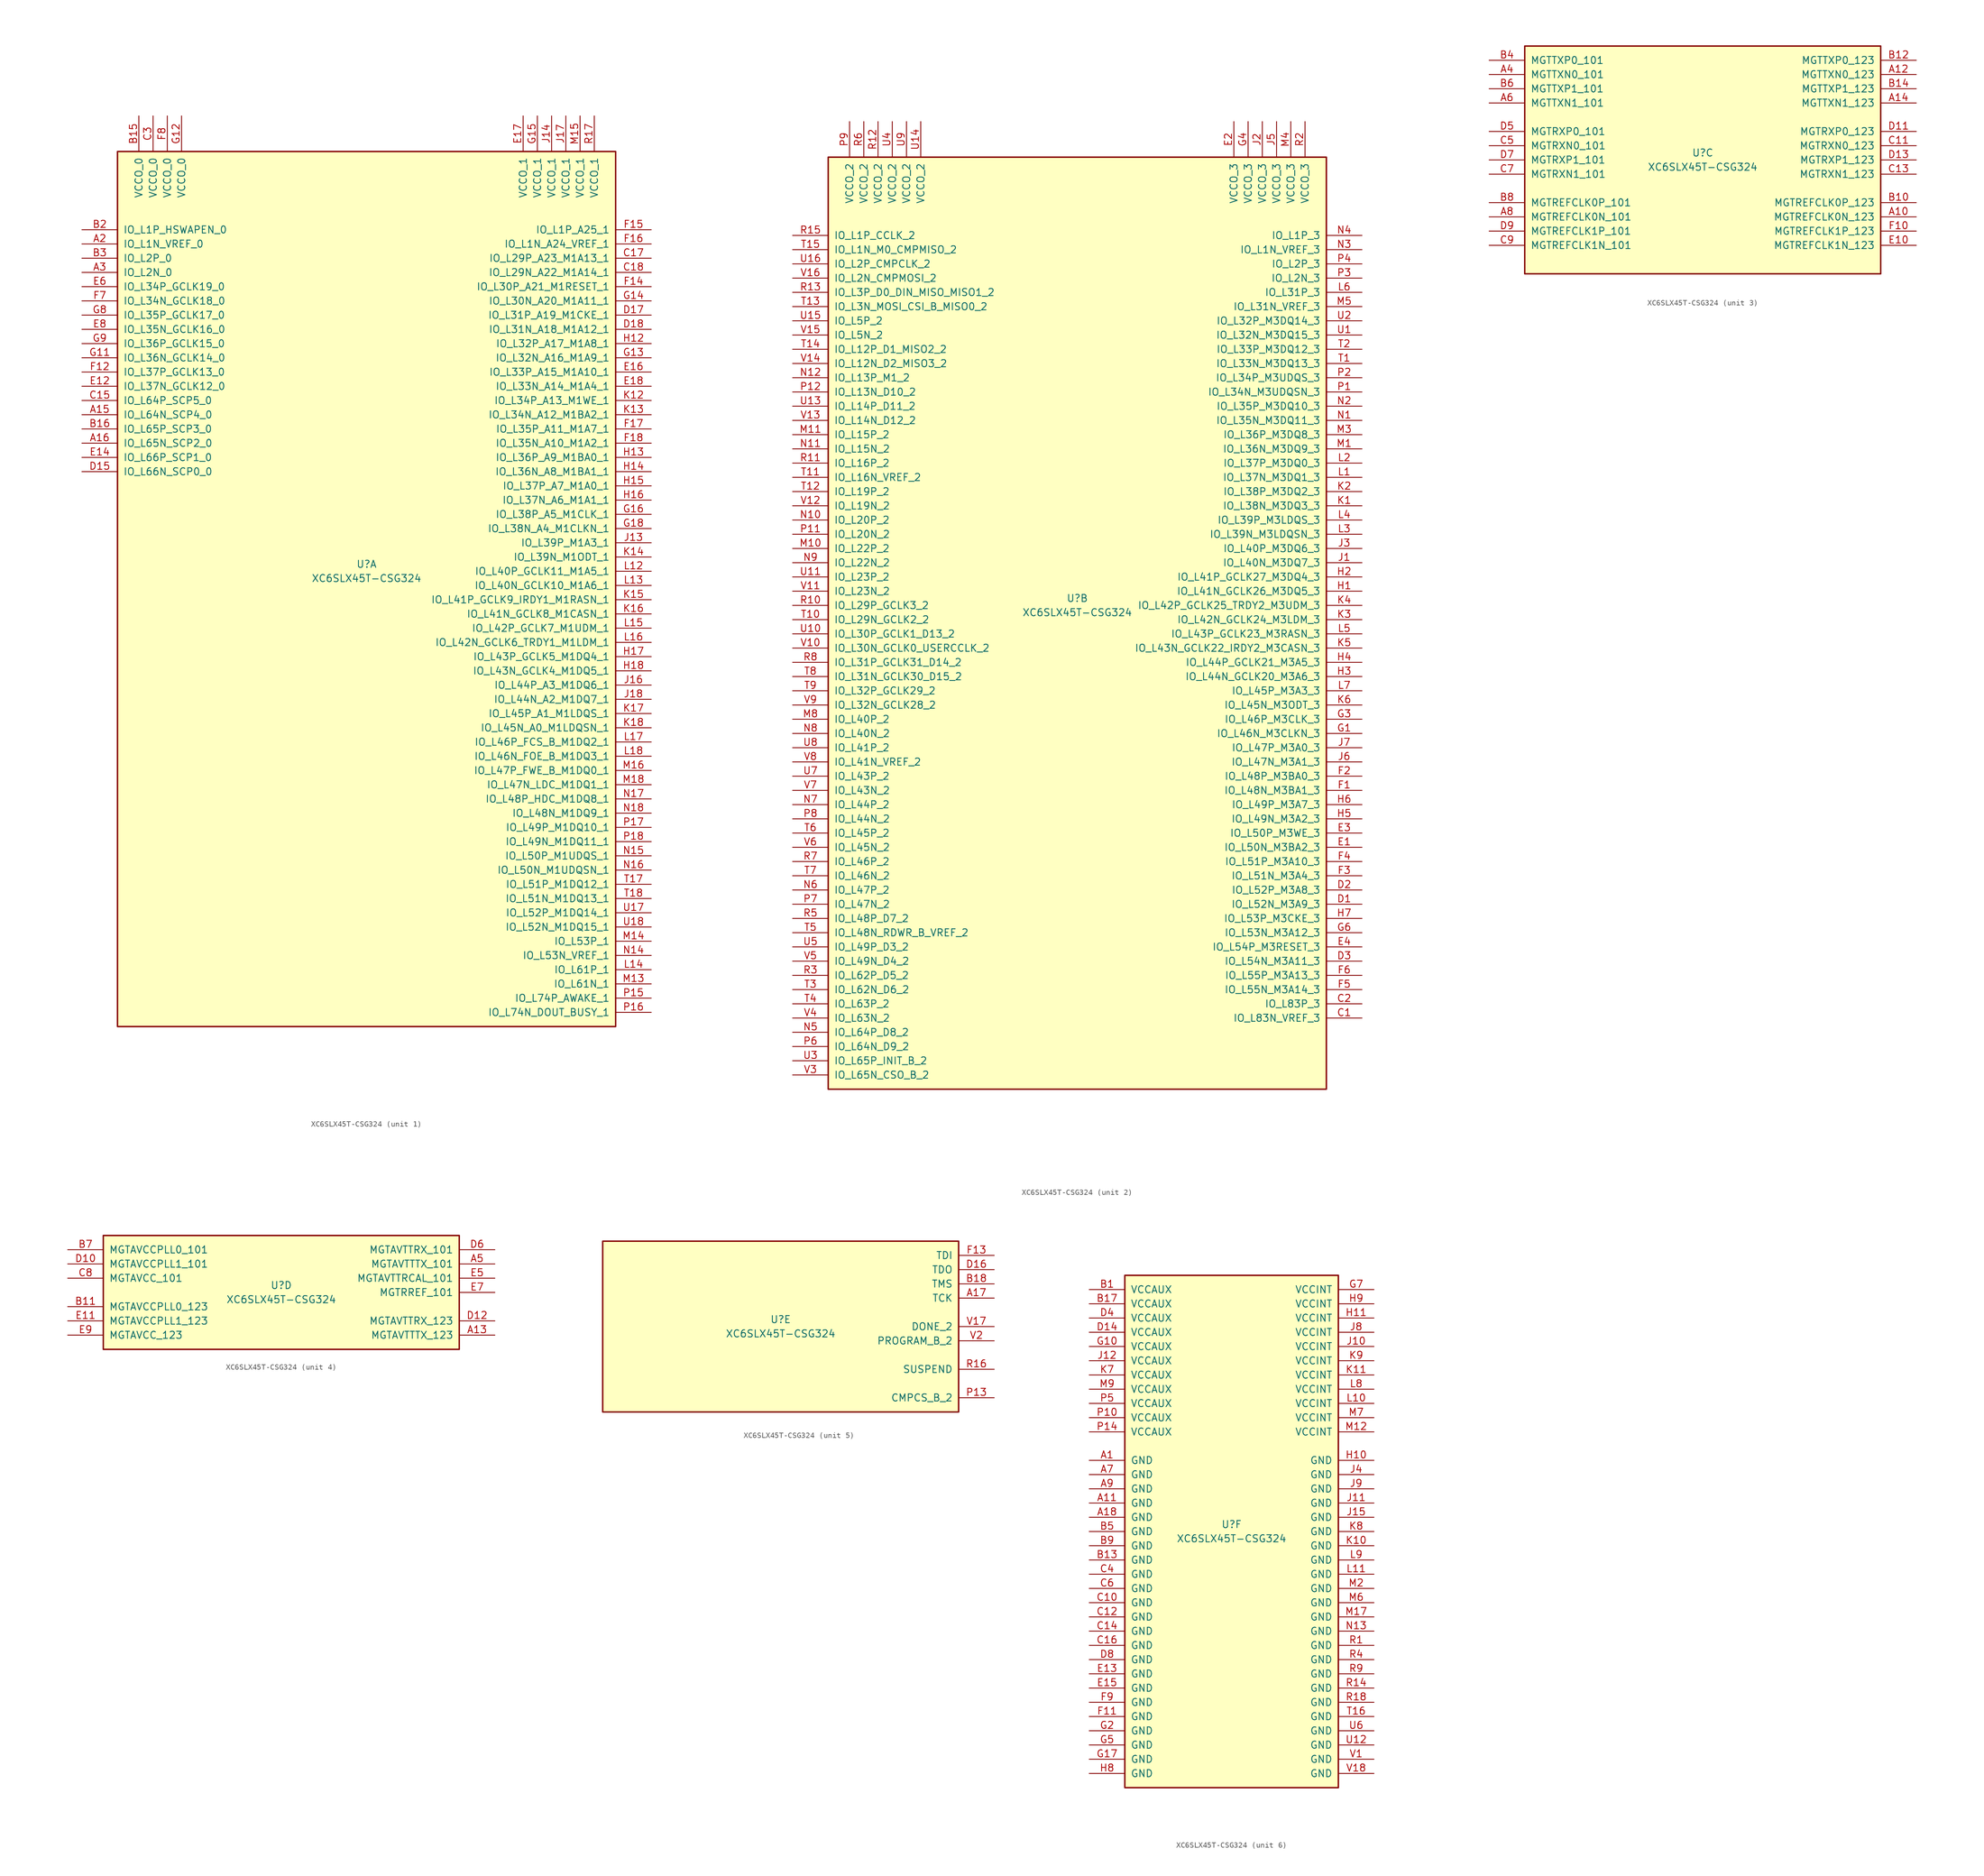
<source format=kicad_sym>
(kicad_symbol_lib
  (version 20211014)
  (generator kicad_symbol_editor)
  (symbol "XC6SLX45T-CSG324"
    (pin_names
      (offset 1.016))
    (property "Reference" "U"
      (at 0 1.27 0)
      (effects (font (size 1.27 1.27))))
    (property "Value" "XC6SLX45T-CSG324"
      (at 0 -1.27 0)
      (effects (font (size 1.27 1.27))))
    (property "Datasheet" ""
      (at 0 0 0)
      (effects (font (size 1.27 1.27))))
    (property "ki_locked" ""
      (at 0 0 0)
      (effects (font (size 1.27 1.27))))
    (symbol "XC6SLX45T-CSG324_1_1"
      (rectangle (start -44.45 74.93) (end 44.45 -81.28) (stroke (width 0.254) (type default) (color 0 0 0 0)) (fill (type background)))
      (pin bidirectional line (at -50.8 27.94 0) (length 6.35) (name "IO_L64N_SCP4_0" (effects (font (size 1.27 1.27)))) (number "A15" (effects (font (size 1.27 1.27)))))
      (pin bidirectional line (at -50.8 22.86 0) (length 6.35) (name "IO_L65N_SCP2_0" (effects (font (size 1.27 1.27)))) (number "A16" (effects (font (size 1.27 1.27)))))
      (pin bidirectional line (at -50.8 58.42 0) (length 6.35) (name "IO_L1N_VREF_0" (effects (font (size 1.27 1.27)))) (number "A2" (effects (font (size 1.27 1.27)))))
      (pin bidirectional line (at -50.8 53.34 0) (length 6.35) (name "IO_L2N_0" (effects (font (size 1.27 1.27)))) (number "A3" (effects (font (size 1.27 1.27)))))
      (pin power_in line (at -40.64 81.28 270) (length 6.35) (name "VCCO_0" (effects (font (size 1.27 1.27)))) (number "B15" (effects (font (size 1.27 1.27)))))
      (pin bidirectional line (at -50.8 25.4 0) (length 6.35) (name "IO_L65P_SCP3_0" (effects (font (size 1.27 1.27)))) (number "B16" (effects (font (size 1.27 1.27)))))
      (pin bidirectional line (at -50.8 60.96 0) (length 6.35) (name "IO_L1P_HSWAPEN_0" (effects (font (size 1.27 1.27)))) (number "B2" (effects (font (size 1.27 1.27)))))
      (pin bidirectional line (at -50.8 55.88 0) (length 6.35) (name "IO_L2P_0" (effects (font (size 1.27 1.27)))) (number "B3" (effects (font (size 1.27 1.27)))))
      (pin bidirectional line (at -50.8 30.48 0) (length 6.35) (name "IO_L64P_SCP5_0" (effects (font (size 1.27 1.27)))) (number "C15" (effects (font (size 1.27 1.27)))))
      (pin bidirectional line (at 50.8 55.88 180) (length 6.35) (name "IO_L29P_A23_M1A13_1" (effects (font (size 1.27 1.27)))) (number "C17" (effects (font (size 1.27 1.27)))))
      (pin bidirectional line (at 50.8 53.34 180) (length 6.35) (name "IO_L29N_A22_M1A14_1" (effects (font (size 1.27 1.27)))) (number "C18" (effects (font (size 1.27 1.27)))))
      (pin power_in line (at -38.1 81.28 270) (length 6.35) (name "VCCO_0" (effects (font (size 1.27 1.27)))) (number "C3" (effects (font (size 1.27 1.27)))))
      (pin bidirectional line (at -50.8 17.78 0) (length 6.35) (name "IO_L66N_SCP0_0" (effects (font (size 1.27 1.27)))) (number "D15" (effects (font (size 1.27 1.27)))))
      (pin bidirectional line (at 50.8 45.72 180) (length 6.35) (name "IO_L31P_A19_M1CKE_1" (effects (font (size 1.27 1.27)))) (number "D17" (effects (font (size 1.27 1.27)))))
      (pin bidirectional line (at 50.8 43.18 180) (length 6.35) (name "IO_L31N_A18_M1A12_1" (effects (font (size 1.27 1.27)))) (number "D18" (effects (font (size 1.27 1.27)))))
      (pin bidirectional line (at -50.8 33.02 0) (length 6.35) (name "IO_L37N_GCLK12_0" (effects (font (size 1.27 1.27)))) (number "E12" (effects (font (size 1.27 1.27)))))
      (pin bidirectional line (at -50.8 20.32 0) (length 6.35) (name "IO_L66P_SCP1_0" (effects (font (size 1.27 1.27)))) (number "E14" (effects (font (size 1.27 1.27)))))
      (pin bidirectional line (at 50.8 35.56 180) (length 6.35) (name "IO_L33P_A15_M1A10_1" (effects (font (size 1.27 1.27)))) (number "E16" (effects (font (size 1.27 1.27)))))
      (pin power_in line (at 27.94 81.28 270) (length 6.35) (name "VCCO_1" (effects (font (size 1.27 1.27)))) (number "E17" (effects (font (size 1.27 1.27)))))
      (pin bidirectional line (at 50.8 33.02 180) (length 6.35) (name "IO_L33N_A14_M1A4_1" (effects (font (size 1.27 1.27)))) (number "E18" (effects (font (size 1.27 1.27)))))
      (pin bidirectional line (at -50.8 50.8 0) (length 6.35) (name "IO_L34P_GCLK19_0" (effects (font (size 1.27 1.27)))) (number "E6" (effects (font (size 1.27 1.27)))))
      (pin bidirectional line (at -50.8 43.18 0) (length 6.35) (name "IO_L35N_GCLK16_0" (effects (font (size 1.27 1.27)))) (number "E8" (effects (font (size 1.27 1.27)))))
      (pin bidirectional line (at -50.8 35.56 0) (length 6.35) (name "IO_L37P_GCLK13_0" (effects (font (size 1.27 1.27)))) (number "F12" (effects (font (size 1.27 1.27)))))
      (pin bidirectional line (at 50.8 50.8 180) (length 6.35) (name "IO_L30P_A21_M1RESET_1" (effects (font (size 1.27 1.27)))) (number "F14" (effects (font (size 1.27 1.27)))))
      (pin bidirectional line (at 50.8 60.96 180) (length 6.35) (name "IO_L1P_A25_1" (effects (font (size 1.27 1.27)))) (number "F15" (effects (font (size 1.27 1.27)))))
      (pin bidirectional line (at 50.8 58.42 180) (length 6.35) (name "IO_L1N_A24_VREF_1" (effects (font (size 1.27 1.27)))) (number "F16" (effects (font (size 1.27 1.27)))))
      (pin bidirectional line (at 50.8 25.4 180) (length 6.35) (name "IO_L35P_A11_M1A7_1" (effects (font (size 1.27 1.27)))) (number "F17" (effects (font (size 1.27 1.27)))))
      (pin bidirectional line (at 50.8 22.86 180) (length 6.35) (name "IO_L35N_A10_M1A2_1" (effects (font (size 1.27 1.27)))) (number "F18" (effects (font (size 1.27 1.27)))))
      (pin bidirectional line (at -50.8 48.26 0) (length 6.35) (name "IO_L34N_GCLK18_0" (effects (font (size 1.27 1.27)))) (number "F7" (effects (font (size 1.27 1.27)))))
      (pin power_in line (at -35.56 81.28 270) (length 6.35) (name "VCCO_0" (effects (font (size 1.27 1.27)))) (number "F8" (effects (font (size 1.27 1.27)))))
      (pin bidirectional line (at -50.8 38.1 0) (length 6.35) (name "IO_L36N_GCLK14_0" (effects (font (size 1.27 1.27)))) (number "G11" (effects (font (size 1.27 1.27)))))
      (pin power_in line (at -33.02 81.28 270) (length 6.35) (name "VCCO_0" (effects (font (size 1.27 1.27)))) (number "G12" (effects (font (size 1.27 1.27)))))
      (pin bidirectional line (at 50.8 38.1 180) (length 6.35) (name "IO_L32N_A16_M1A9_1" (effects (font (size 1.27 1.27)))) (number "G13" (effects (font (size 1.27 1.27)))))
      (pin bidirectional line (at 50.8 48.26 180) (length 6.35) (name "IO_L30N_A20_M1A11_1" (effects (font (size 1.27 1.27)))) (number "G14" (effects (font (size 1.27 1.27)))))
      (pin power_in line (at 30.48 81.28 270) (length 6.35) (name "VCCO_1" (effects (font (size 1.27 1.27)))) (number "G15" (effects (font (size 1.27 1.27)))))
      (pin bidirectional line (at 50.8 10.16 180) (length 6.35) (name "IO_L38P_A5_M1CLK_1" (effects (font (size 1.27 1.27)))) (number "G16" (effects (font (size 1.27 1.27)))))
      (pin bidirectional line (at 50.8 7.62 180) (length 6.35) (name "IO_L38N_A4_M1CLKN_1" (effects (font (size 1.27 1.27)))) (number "G18" (effects (font (size 1.27 1.27)))))
      (pin bidirectional line (at -50.8 45.72 0) (length 6.35) (name "IO_L35P_GCLK17_0" (effects (font (size 1.27 1.27)))) (number "G8" (effects (font (size 1.27 1.27)))))
      (pin bidirectional line (at -50.8 40.64 0) (length 6.35) (name "IO_L36P_GCLK15_0" (effects (font (size 1.27 1.27)))) (number "G9" (effects (font (size 1.27 1.27)))))
      (pin bidirectional line (at 50.8 40.64 180) (length 6.35) (name "IO_L32P_A17_M1A8_1" (effects (font (size 1.27 1.27)))) (number "H12" (effects (font (size 1.27 1.27)))))
      (pin bidirectional line (at 50.8 20.32 180) (length 6.35) (name "IO_L36P_A9_M1BA0_1" (effects (font (size 1.27 1.27)))) (number "H13" (effects (font (size 1.27 1.27)))))
      (pin bidirectional line (at 50.8 17.78 180) (length 6.35) (name "IO_L36N_A8_M1BA1_1" (effects (font (size 1.27 1.27)))) (number "H14" (effects (font (size 1.27 1.27)))))
      (pin bidirectional line (at 50.8 15.24 180) (length 6.35) (name "IO_L37P_A7_M1A0_1" (effects (font (size 1.27 1.27)))) (number "H15" (effects (font (size 1.27 1.27)))))
      (pin bidirectional line (at 50.8 12.7 180) (length 6.35) (name "IO_L37N_A6_M1A1_1" (effects (font (size 1.27 1.27)))) (number "H16" (effects (font (size 1.27 1.27)))))
      (pin bidirectional line (at 50.8 -15.24 180) (length 6.35) (name "IO_L43P_GCLK5_M1DQ4_1" (effects (font (size 1.27 1.27)))) (number "H17" (effects (font (size 1.27 1.27)))))
      (pin bidirectional line (at 50.8 -17.78 180) (length 6.35) (name "IO_L43N_GCLK4_M1DQ5_1" (effects (font (size 1.27 1.27)))) (number "H18" (effects (font (size 1.27 1.27)))))
      (pin bidirectional line (at 50.8 5.08 180) (length 6.35) (name "IO_L39P_M1A3_1" (effects (font (size 1.27 1.27)))) (number "J13" (effects (font (size 1.27 1.27)))))
      (pin power_in line (at 33.02 81.28 270) (length 6.35) (name "VCCO_1" (effects (font (size 1.27 1.27)))) (number "J14" (effects (font (size 1.27 1.27)))))
      (pin bidirectional line (at 50.8 -20.32 180) (length 6.35) (name "IO_L44P_A3_M1DQ6_1" (effects (font (size 1.27 1.27)))) (number "J16" (effects (font (size 1.27 1.27)))))
      (pin power_in line (at 35.56 81.28 270) (length 6.35) (name "VCCO_1" (effects (font (size 1.27 1.27)))) (number "J17" (effects (font (size 1.27 1.27)))))
      (pin bidirectional line (at 50.8 -22.86 180) (length 6.35) (name "IO_L44N_A2_M1DQ7_1" (effects (font (size 1.27 1.27)))) (number "J18" (effects (font (size 1.27 1.27)))))
      (pin bidirectional line (at 50.8 30.48 180) (length 6.35) (name "IO_L34P_A13_M1WE_1" (effects (font (size 1.27 1.27)))) (number "K12" (effects (font (size 1.27 1.27)))))
      (pin bidirectional line (at 50.8 27.94 180) (length 6.35) (name "IO_L34N_A12_M1BA2_1" (effects (font (size 1.27 1.27)))) (number "K13" (effects (font (size 1.27 1.27)))))
      (pin bidirectional line (at 50.8 2.54 180) (length 6.35) (name "IO_L39N_M1ODT_1" (effects (font (size 1.27 1.27)))) (number "K14" (effects (font (size 1.27 1.27)))))
      (pin bidirectional line (at 50.8 -5.08 180) (length 6.35) (name "IO_L41P_GCLK9_IRDY1_M1RASN_1" (effects (font (size 1.27 1.27)))) (number "K15" (effects (font (size 1.27 1.27)))))
      (pin bidirectional line (at 50.8 -7.62 180) (length 6.35) (name "IO_L41N_GCLK8_M1CASN_1" (effects (font (size 1.27 1.27)))) (number "K16" (effects (font (size 1.27 1.27)))))
      (pin bidirectional line (at 50.8 -25.4 180) (length 6.35) (name "IO_L45P_A1_M1LDQS_1" (effects (font (size 1.27 1.27)))) (number "K17" (effects (font (size 1.27 1.27)))))
      (pin bidirectional line (at 50.8 -27.94 180) (length 6.35) (name "IO_L45N_A0_M1LDQSN_1" (effects (font (size 1.27 1.27)))) (number "K18" (effects (font (size 1.27 1.27)))))
      (pin bidirectional line (at 50.8 0 180) (length 6.35) (name "IO_L40P_GCLK11_M1A5_1" (effects (font (size 1.27 1.27)))) (number "L12" (effects (font (size 1.27 1.27)))))
      (pin bidirectional line (at 50.8 -2.54 180) (length 6.35) (name "IO_L40N_GCLK10_M1A6_1" (effects (font (size 1.27 1.27)))) (number "L13" (effects (font (size 1.27 1.27)))))
      (pin bidirectional line (at 50.8 -71.12 180) (length 6.35) (name "IO_L61P_1" (effects (font (size 1.27 1.27)))) (number "L14" (effects (font (size 1.27 1.27)))))
      (pin bidirectional line (at 50.8 -10.16 180) (length 6.35) (name "IO_L42P_GCLK7_M1UDM_1" (effects (font (size 1.27 1.27)))) (number "L15" (effects (font (size 1.27 1.27)))))
      (pin bidirectional line (at 50.8 -12.7 180) (length 6.35) (name "IO_L42N_GCLK6_TRDY1_M1LDM_1" (effects (font (size 1.27 1.27)))) (number "L16" (effects (font (size 1.27 1.27)))))
      (pin bidirectional line (at 50.8 -30.48 180) (length 6.35) (name "IO_L46P_FCS_B_M1DQ2_1" (effects (font (size 1.27 1.27)))) (number "L17" (effects (font (size 1.27 1.27)))))
      (pin bidirectional line (at 50.8 -33.02 180) (length 6.35) (name "IO_L46N_FOE_B_M1DQ3_1" (effects (font (size 1.27 1.27)))) (number "L18" (effects (font (size 1.27 1.27)))))
      (pin bidirectional line (at 50.8 -73.66 180) (length 6.35) (name "IO_L61N_1" (effects (font (size 1.27 1.27)))) (number "M13" (effects (font (size 1.27 1.27)))))
      (pin bidirectional line (at 50.8 -66.04 180) (length 6.35) (name "IO_L53P_1" (effects (font (size 1.27 1.27)))) (number "M14" (effects (font (size 1.27 1.27)))))
      (pin power_in line (at 38.1 81.28 270) (length 6.35) (name "VCCO_1" (effects (font (size 1.27 1.27)))) (number "M15" (effects (font (size 1.27 1.27)))))
      (pin bidirectional line (at 50.8 -35.56 180) (length 6.35) (name "IO_L47P_FWE_B_M1DQ0_1" (effects (font (size 1.27 1.27)))) (number "M16" (effects (font (size 1.27 1.27)))))
      (pin bidirectional line (at 50.8 -38.1 180) (length 6.35) (name "IO_L47N_LDC_M1DQ1_1" (effects (font (size 1.27 1.27)))) (number "M18" (effects (font (size 1.27 1.27)))))
      (pin bidirectional line (at 50.8 -68.58 180) (length 6.35) (name "IO_L53N_VREF_1" (effects (font (size 1.27 1.27)))) (number "N14" (effects (font (size 1.27 1.27)))))
      (pin bidirectional line (at 50.8 -50.8 180) (length 6.35) (name "IO_L50P_M1UDQS_1" (effects (font (size 1.27 1.27)))) (number "N15" (effects (font (size 1.27 1.27)))))
      (pin bidirectional line (at 50.8 -53.34 180) (length 6.35) (name "IO_L50N_M1UDQSN_1" (effects (font (size 1.27 1.27)))) (number "N16" (effects (font (size 1.27 1.27)))))
      (pin bidirectional line (at 50.8 -40.64 180) (length 6.35) (name "IO_L48P_HDC_M1DQ8_1" (effects (font (size 1.27 1.27)))) (number "N17" (effects (font (size 1.27 1.27)))))
      (pin bidirectional line (at 50.8 -43.18 180) (length 6.35) (name "IO_L48N_M1DQ9_1" (effects (font (size 1.27 1.27)))) (number "N18" (effects (font (size 1.27 1.27)))))
      (pin bidirectional line (at 50.8 -76.2 180) (length 6.35) (name "IO_L74P_AWAKE_1" (effects (font (size 1.27 1.27)))) (number "P15" (effects (font (size 1.27 1.27)))))
      (pin bidirectional line (at 50.8 -78.74 180) (length 6.35) (name "IO_L74N_DOUT_BUSY_1" (effects (font (size 1.27 1.27)))) (number "P16" (effects (font (size 1.27 1.27)))))
      (pin bidirectional line (at 50.8 -45.72 180) (length 6.35) (name "IO_L49P_M1DQ10_1" (effects (font (size 1.27 1.27)))) (number "P17" (effects (font (size 1.27 1.27)))))
      (pin bidirectional line (at 50.8 -48.26 180) (length 6.35) (name "IO_L49N_M1DQ11_1" (effects (font (size 1.27 1.27)))) (number "P18" (effects (font (size 1.27 1.27)))))
      (pin power_in line (at 40.64 81.28 270) (length 6.35) (name "VCCO_1" (effects (font (size 1.27 1.27)))) (number "R17" (effects (font (size 1.27 1.27)))))
      (pin bidirectional line (at 50.8 -55.88 180) (length 6.35) (name "IO_L51P_M1DQ12_1" (effects (font (size 1.27 1.27)))) (number "T17" (effects (font (size 1.27 1.27)))))
      (pin bidirectional line (at 50.8 -58.42 180) (length 6.35) (name "IO_L51N_M1DQ13_1" (effects (font (size 1.27 1.27)))) (number "T18" (effects (font (size 1.27 1.27)))))
      (pin bidirectional line (at 50.8 -60.96 180) (length 6.35) (name "IO_L52P_M1DQ14_1" (effects (font (size 1.27 1.27)))) (number "U17" (effects (font (size 1.27 1.27)))))
      (pin bidirectional line (at 50.8 -63.5 180) (length 6.35) (name "IO_L52N_M1DQ15_1" (effects (font (size 1.27 1.27)))) (number "U18" (effects (font (size 1.27 1.27))))))
    (symbol "XC6SLX45T-CSG324_2_1"
      (rectangle (start -44.45 80.01) (end 44.45 -86.36) (stroke (width 0.254) (type default) (color 0 0 0 0)) (fill (type background)))
      (pin bidirectional line (at 50.8 -73.66 180) (length 6.35) (name "IO_L83N_VREF_3" (effects (font (size 1.27 1.27)))) (number "C1" (effects (font (size 1.27 1.27)))))
      (pin bidirectional line (at 50.8 -71.12 180) (length 6.35) (name "IO_L83P_3" (effects (font (size 1.27 1.27)))) (number "C2" (effects (font (size 1.27 1.27)))))
      (pin bidirectional line (at 50.8 -53.34 180) (length 6.35) (name "IO_L52N_M3A9_3" (effects (font (size 1.27 1.27)))) (number "D1" (effects (font (size 1.27 1.27)))))
      (pin bidirectional line (at 50.8 -50.8 180) (length 6.35) (name "IO_L52P_M3A8_3" (effects (font (size 1.27 1.27)))) (number "D2" (effects (font (size 1.27 1.27)))))
      (pin bidirectional line (at 50.8 -63.5 180) (length 6.35) (name "IO_L54N_M3A11_3" (effects (font (size 1.27 1.27)))) (number "D3" (effects (font (size 1.27 1.27)))))
      (pin bidirectional line (at 50.8 -43.18 180) (length 6.35) (name "IO_L50N_M3BA2_3" (effects (font (size 1.27 1.27)))) (number "E1" (effects (font (size 1.27 1.27)))))
      (pin power_in line (at 27.94 86.36 270) (length 6.35) (name "VCCO_3" (effects (font (size 1.27 1.27)))) (number "E2" (effects (font (size 1.27 1.27)))))
      (pin bidirectional line (at 50.8 -40.64 180) (length 6.35) (name "IO_L50P_M3WE_3" (effects (font (size 1.27 1.27)))) (number "E3" (effects (font (size 1.27 1.27)))))
      (pin bidirectional line (at 50.8 -60.96 180) (length 6.35) (name "IO_L54P_M3RESET_3" (effects (font (size 1.27 1.27)))) (number "E4" (effects (font (size 1.27 1.27)))))
      (pin bidirectional line (at 50.8 -33.02 180) (length 6.35) (name "IO_L48N_M3BA1_3" (effects (font (size 1.27 1.27)))) (number "F1" (effects (font (size 1.27 1.27)))))
      (pin bidirectional line (at 50.8 -30.48 180) (length 6.35) (name "IO_L48P_M3BA0_3" (effects (font (size 1.27 1.27)))) (number "F2" (effects (font (size 1.27 1.27)))))
      (pin bidirectional line (at 50.8 -48.26 180) (length 6.35) (name "IO_L51N_M3A4_3" (effects (font (size 1.27 1.27)))) (number "F3" (effects (font (size 1.27 1.27)))))
      (pin bidirectional line (at 50.8 -45.72 180) (length 6.35) (name "IO_L51P_M3A10_3" (effects (font (size 1.27 1.27)))) (number "F4" (effects (font (size 1.27 1.27)))))
      (pin bidirectional line (at 50.8 -68.58 180) (length 6.35) (name "IO_L55N_M3A14_3" (effects (font (size 1.27 1.27)))) (number "F5" (effects (font (size 1.27 1.27)))))
      (pin bidirectional line (at 50.8 -66.04 180) (length 6.35) (name "IO_L55P_M3A13_3" (effects (font (size 1.27 1.27)))) (number "F6" (effects (font (size 1.27 1.27)))))
      (pin bidirectional line (at 50.8 -22.86 180) (length 6.35) (name "IO_L46N_M3CLKN_3" (effects (font (size 1.27 1.27)))) (number "G1" (effects (font (size 1.27 1.27)))))
      (pin bidirectional line (at 50.8 -20.32 180) (length 6.35) (name "IO_L46P_M3CLK_3" (effects (font (size 1.27 1.27)))) (number "G3" (effects (font (size 1.27 1.27)))))
      (pin power_in line (at 30.48 86.36 270) (length 6.35) (name "VCCO_3" (effects (font (size 1.27 1.27)))) (number "G4" (effects (font (size 1.27 1.27)))))
      (pin bidirectional line (at 50.8 -58.42 180) (length 6.35) (name "IO_L53N_M3A12_3" (effects (font (size 1.27 1.27)))) (number "G6" (effects (font (size 1.27 1.27)))))
      (pin bidirectional line (at 50.8 2.54 180) (length 6.35) (name "IO_L41N_GCLK26_M3DQ5_3" (effects (font (size 1.27 1.27)))) (number "H1" (effects (font (size 1.27 1.27)))))
      (pin bidirectional line (at 50.8 5.08 180) (length 6.35) (name "IO_L41P_GCLK27_M3DQ4_3" (effects (font (size 1.27 1.27)))) (number "H2" (effects (font (size 1.27 1.27)))))
      (pin bidirectional line (at 50.8 -12.7 180) (length 6.35) (name "IO_L44N_GCLK20_M3A6_3" (effects (font (size 1.27 1.27)))) (number "H3" (effects (font (size 1.27 1.27)))))
      (pin bidirectional line (at 50.8 -10.16 180) (length 6.35) (name "IO_L44P_GCLK21_M3A5_3" (effects (font (size 1.27 1.27)))) (number "H4" (effects (font (size 1.27 1.27)))))
      (pin bidirectional line (at 50.8 -38.1 180) (length 6.35) (name "IO_L49N_M3A2_3" (effects (font (size 1.27 1.27)))) (number "H5" (effects (font (size 1.27 1.27)))))
      (pin bidirectional line (at 50.8 -35.56 180) (length 6.35) (name "IO_L49P_M3A7_3" (effects (font (size 1.27 1.27)))) (number "H6" (effects (font (size 1.27 1.27)))))
      (pin bidirectional line (at 50.8 -55.88 180) (length 6.35) (name "IO_L53P_M3CKE_3" (effects (font (size 1.27 1.27)))) (number "H7" (effects (font (size 1.27 1.27)))))
      (pin bidirectional line (at 50.8 7.62 180) (length 6.35) (name "IO_L40N_M3DQ7_3" (effects (font (size 1.27 1.27)))) (number "J1" (effects (font (size 1.27 1.27)))))
      (pin power_in line (at 33.02 86.36 270) (length 6.35) (name "VCCO_3" (effects (font (size 1.27 1.27)))) (number "J2" (effects (font (size 1.27 1.27)))))
      (pin bidirectional line (at 50.8 10.16 180) (length 6.35) (name "IO_L40P_M3DQ6_3" (effects (font (size 1.27 1.27)))) (number "J3" (effects (font (size 1.27 1.27)))))
      (pin power_in line (at 35.56 86.36 270) (length 6.35) (name "VCCO_3" (effects (font (size 1.27 1.27)))) (number "J5" (effects (font (size 1.27 1.27)))))
      (pin bidirectional line (at 50.8 -27.94 180) (length 6.35) (name "IO_L47N_M3A1_3" (effects (font (size 1.27 1.27)))) (number "J6" (effects (font (size 1.27 1.27)))))
      (pin bidirectional line (at 50.8 -25.4 180) (length 6.35) (name "IO_L47P_M3A0_3" (effects (font (size 1.27 1.27)))) (number "J7" (effects (font (size 1.27 1.27)))))
      (pin bidirectional line (at 50.8 17.78 180) (length 6.35) (name "IO_L38N_M3DQ3_3" (effects (font (size 1.27 1.27)))) (number "K1" (effects (font (size 1.27 1.27)))))
      (pin bidirectional line (at 50.8 20.32 180) (length 6.35) (name "IO_L38P_M3DQ2_3" (effects (font (size 1.27 1.27)))) (number "K2" (effects (font (size 1.27 1.27)))))
      (pin bidirectional line (at 50.8 -2.54 180) (length 6.35) (name "IO_L42N_GCLK24_M3LDM_3" (effects (font (size 1.27 1.27)))) (number "K3" (effects (font (size 1.27 1.27)))))
      (pin bidirectional line (at 50.8 0 180) (length 6.35) (name "IO_L42P_GCLK25_TRDY2_M3UDM_3" (effects (font (size 1.27 1.27)))) (number "K4" (effects (font (size 1.27 1.27)))))
      (pin bidirectional line (at 50.8 -7.62 180) (length 6.35) (name "IO_L43N_GCLK22_IRDY2_M3CASN_3" (effects (font (size 1.27 1.27)))) (number "K5" (effects (font (size 1.27 1.27)))))
      (pin bidirectional line (at 50.8 -17.78 180) (length 6.35) (name "IO_L45N_M3ODT_3" (effects (font (size 1.27 1.27)))) (number "K6" (effects (font (size 1.27 1.27)))))
      (pin bidirectional line (at 50.8 22.86 180) (length 6.35) (name "IO_L37N_M3DQ1_3" (effects (font (size 1.27 1.27)))) (number "L1" (effects (font (size 1.27 1.27)))))
      (pin bidirectional line (at 50.8 25.4 180) (length 6.35) (name "IO_L37P_M3DQ0_3" (effects (font (size 1.27 1.27)))) (number "L2" (effects (font (size 1.27 1.27)))))
      (pin bidirectional line (at 50.8 12.7 180) (length 6.35) (name "IO_L39N_M3LDQSN_3" (effects (font (size 1.27 1.27)))) (number "L3" (effects (font (size 1.27 1.27)))))
      (pin bidirectional line (at 50.8 15.24 180) (length 6.35) (name "IO_L39P_M3LDQS_3" (effects (font (size 1.27 1.27)))) (number "L4" (effects (font (size 1.27 1.27)))))
      (pin bidirectional line (at 50.8 -5.08 180) (length 6.35) (name "IO_L43P_GCLK23_M3RASN_3" (effects (font (size 1.27 1.27)))) (number "L5" (effects (font (size 1.27 1.27)))))
      (pin bidirectional line (at 50.8 55.88 180) (length 6.35) (name "IO_L31P_3" (effects (font (size 1.27 1.27)))) (number "L6" (effects (font (size 1.27 1.27)))))
      (pin bidirectional line (at 50.8 -15.24 180) (length 6.35) (name "IO_L45P_M3A3_3" (effects (font (size 1.27 1.27)))) (number "L7" (effects (font (size 1.27 1.27)))))
      (pin bidirectional line (at 50.8 27.94 180) (length 6.35) (name "IO_L36N_M3DQ9_3" (effects (font (size 1.27 1.27)))) (number "M1" (effects (font (size 1.27 1.27)))))
      (pin bidirectional line (at -50.8 10.16 0) (length 6.35) (name "IO_L22P_2" (effects (font (size 1.27 1.27)))) (number "M10" (effects (font (size 1.27 1.27)))))
      (pin bidirectional line (at -50.8 30.48 0) (length 6.35) (name "IO_L15P_2" (effects (font (size 1.27 1.27)))) (number "M11" (effects (font (size 1.27 1.27)))))
      (pin bidirectional line (at 50.8 30.48 180) (length 6.35) (name "IO_L36P_M3DQ8_3" (effects (font (size 1.27 1.27)))) (number "M3" (effects (font (size 1.27 1.27)))))
      (pin power_in line (at 38.1 86.36 270) (length 6.35) (name "VCCO_3" (effects (font (size 1.27 1.27)))) (number "M4" (effects (font (size 1.27 1.27)))))
      (pin bidirectional line (at 50.8 53.34 180) (length 6.35) (name "IO_L31N_VREF_3" (effects (font (size 1.27 1.27)))) (number "M5" (effects (font (size 1.27 1.27)))))
      (pin bidirectional line (at -50.8 -20.32 0) (length 6.35) (name "IO_L40P_2" (effects (font (size 1.27 1.27)))) (number "M8" (effects (font (size 1.27 1.27)))))
      (pin bidirectional line (at 50.8 33.02 180) (length 6.35) (name "IO_L35N_M3DQ11_3" (effects (font (size 1.27 1.27)))) (number "N1" (effects (font (size 1.27 1.27)))))
      (pin bidirectional line (at -50.8 15.24 0) (length 6.35) (name "IO_L20P_2" (effects (font (size 1.27 1.27)))) (number "N10" (effects (font (size 1.27 1.27)))))
      (pin bidirectional line (at -50.8 27.94 0) (length 6.35) (name "IO_L15N_2" (effects (font (size 1.27 1.27)))) (number "N11" (effects (font (size 1.27 1.27)))))
      (pin bidirectional line (at -50.8 40.64 0) (length 6.35) (name "IO_L13P_M1_2" (effects (font (size 1.27 1.27)))) (number "N12" (effects (font (size 1.27 1.27)))))
      (pin bidirectional line (at 50.8 35.56 180) (length 6.35) (name "IO_L35P_M3DQ10_3" (effects (font (size 1.27 1.27)))) (number "N2" (effects (font (size 1.27 1.27)))))
      (pin bidirectional line (at 50.8 63.5 180) (length 6.35) (name "IO_L1N_VREF_3" (effects (font (size 1.27 1.27)))) (number "N3" (effects (font (size 1.27 1.27)))))
      (pin bidirectional line (at 50.8 66.04 180) (length 6.35) (name "IO_L1P_3" (effects (font (size 1.27 1.27)))) (number "N4" (effects (font (size 1.27 1.27)))))
      (pin bidirectional line (at -50.8 -76.2 0) (length 6.35) (name "IO_L64P_D8_2" (effects (font (size 1.27 1.27)))) (number "N5" (effects (font (size 1.27 1.27)))))
      (pin bidirectional line (at -50.8 -50.8 0) (length 6.35) (name "IO_L47P_2" (effects (font (size 1.27 1.27)))) (number "N6" (effects (font (size 1.27 1.27)))))
      (pin bidirectional line (at -50.8 -35.56 0) (length 6.35) (name "IO_L44P_2" (effects (font (size 1.27 1.27)))) (number "N7" (effects (font (size 1.27 1.27)))))
      (pin bidirectional line (at -50.8 -22.86 0) (length 6.35) (name "IO_L40N_2" (effects (font (size 1.27 1.27)))) (number "N8" (effects (font (size 1.27 1.27)))))
      (pin bidirectional line (at -50.8 7.62 0) (length 6.35) (name "IO_L22N_2" (effects (font (size 1.27 1.27)))) (number "N9" (effects (font (size 1.27 1.27)))))
      (pin bidirectional line (at 50.8 38.1 180) (length 6.35) (name "IO_L34N_M3UDQSN_3" (effects (font (size 1.27 1.27)))) (number "P1" (effects (font (size 1.27 1.27)))))
      (pin bidirectional line (at -50.8 12.7 0) (length 6.35) (name "IO_L20N_2" (effects (font (size 1.27 1.27)))) (number "P11" (effects (font (size 1.27 1.27)))))
      (pin bidirectional line (at -50.8 38.1 0) (length 6.35) (name "IO_L13N_D10_2" (effects (font (size 1.27 1.27)))) (number "P12" (effects (font (size 1.27 1.27)))))
      (pin bidirectional line (at 50.8 40.64 180) (length 6.35) (name "IO_L34P_M3UDQS_3" (effects (font (size 1.27 1.27)))) (number "P2" (effects (font (size 1.27 1.27)))))
      (pin bidirectional line (at 50.8 58.42 180) (length 6.35) (name "IO_L2N_3" (effects (font (size 1.27 1.27)))) (number "P3" (effects (font (size 1.27 1.27)))))
      (pin bidirectional line (at 50.8 60.96 180) (length 6.35) (name "IO_L2P_3" (effects (font (size 1.27 1.27)))) (number "P4" (effects (font (size 1.27 1.27)))))
      (pin bidirectional line (at -50.8 -78.74 0) (length 6.35) (name "IO_L64N_D9_2" (effects (font (size 1.27 1.27)))) (number "P6" (effects (font (size 1.27 1.27)))))
      (pin bidirectional line (at -50.8 -53.34 0) (length 6.35) (name "IO_L47N_2" (effects (font (size 1.27 1.27)))) (number "P7" (effects (font (size 1.27 1.27)))))
      (pin bidirectional line (at -50.8 -38.1 0) (length 6.35) (name "IO_L44N_2" (effects (font (size 1.27 1.27)))) (number "P8" (effects (font (size 1.27 1.27)))))
      (pin power_in line (at -40.64 86.36 270) (length 6.35) (name "VCCO_2" (effects (font (size 1.27 1.27)))) (number "P9" (effects (font (size 1.27 1.27)))))
      (pin bidirectional line (at -50.8 0 0) (length 6.35) (name "IO_L29P_GCLK3_2" (effects (font (size 1.27 1.27)))) (number "R10" (effects (font (size 1.27 1.27)))))
      (pin bidirectional line (at -50.8 25.4 0) (length 6.35) (name "IO_L16P_2" (effects (font (size 1.27 1.27)))) (number "R11" (effects (font (size 1.27 1.27)))))
      (pin power_in line (at -35.56 86.36 270) (length 6.35) (name "VCCO_2" (effects (font (size 1.27 1.27)))) (number "R12" (effects (font (size 1.27 1.27)))))
      (pin bidirectional line (at -50.8 55.88 0) (length 6.35) (name "IO_L3P_D0_DIN_MISO_MISO1_2" (effects (font (size 1.27 1.27)))) (number "R13" (effects (font (size 1.27 1.27)))))
      (pin bidirectional line (at -50.8 66.04 0) (length 6.35) (name "IO_L1P_CCLK_2" (effects (font (size 1.27 1.27)))) (number "R15" (effects (font (size 1.27 1.27)))))
      (pin power_in line (at 40.64 86.36 270) (length 6.35) (name "VCCO_3" (effects (font (size 1.27 1.27)))) (number "R2" (effects (font (size 1.27 1.27)))))
      (pin bidirectional line (at -50.8 -66.04 0) (length 6.35) (name "IO_L62P_D5_2" (effects (font (size 1.27 1.27)))) (number "R3" (effects (font (size 1.27 1.27)))))
      (pin bidirectional line (at -50.8 -55.88 0) (length 6.35) (name "IO_L48P_D7_2" (effects (font (size 1.27 1.27)))) (number "R5" (effects (font (size 1.27 1.27)))))
      (pin power_in line (at -38.1 86.36 270) (length 6.35) (name "VCCO_2" (effects (font (size 1.27 1.27)))) (number "R6" (effects (font (size 1.27 1.27)))))
      (pin bidirectional line (at -50.8 -45.72 0) (length 6.35) (name "IO_L46P_2" (effects (font (size 1.27 1.27)))) (number "R7" (effects (font (size 1.27 1.27)))))
      (pin bidirectional line (at -50.8 -10.16 0) (length 6.35) (name "IO_L31P_GCLK31_D14_2" (effects (font (size 1.27 1.27)))) (number "R8" (effects (font (size 1.27 1.27)))))
      (pin bidirectional line (at 50.8 43.18 180) (length 6.35) (name "IO_L33N_M3DQ13_3" (effects (font (size 1.27 1.27)))) (number "T1" (effects (font (size 1.27 1.27)))))
      (pin bidirectional line (at -50.8 -2.54 0) (length 6.35) (name "IO_L29N_GCLK2_2" (effects (font (size 1.27 1.27)))) (number "T10" (effects (font (size 1.27 1.27)))))
      (pin bidirectional line (at -50.8 22.86 0) (length 6.35) (name "IO_L16N_VREF_2" (effects (font (size 1.27 1.27)))) (number "T11" (effects (font (size 1.27 1.27)))))
      (pin bidirectional line (at -50.8 20.32 0) (length 6.35) (name "IO_L19P_2" (effects (font (size 1.27 1.27)))) (number "T12" (effects (font (size 1.27 1.27)))))
      (pin bidirectional line (at -50.8 53.34 0) (length 6.35) (name "IO_L3N_MOSI_CSI_B_MISO0_2" (effects (font (size 1.27 1.27)))) (number "T13" (effects (font (size 1.27 1.27)))))
      (pin bidirectional line (at -50.8 45.72 0) (length 6.35) (name "IO_L12P_D1_MISO2_2" (effects (font (size 1.27 1.27)))) (number "T14" (effects (font (size 1.27 1.27)))))
      (pin bidirectional line (at -50.8 63.5 0) (length 6.35) (name "IO_L1N_M0_CMPMISO_2" (effects (font (size 1.27 1.27)))) (number "T15" (effects (font (size 1.27 1.27)))))
      (pin bidirectional line (at 50.8 45.72 180) (length 6.35) (name "IO_L33P_M3DQ12_3" (effects (font (size 1.27 1.27)))) (number "T2" (effects (font (size 1.27 1.27)))))
      (pin bidirectional line (at -50.8 -68.58 0) (length 6.35) (name "IO_L62N_D6_2" (effects (font (size 1.27 1.27)))) (number "T3" (effects (font (size 1.27 1.27)))))
      (pin bidirectional line (at -50.8 -71.12 0) (length 6.35) (name "IO_L63P_2" (effects (font (size 1.27 1.27)))) (number "T4" (effects (font (size 1.27 1.27)))))
      (pin bidirectional line (at -50.8 -58.42 0) (length 6.35) (name "IO_L48N_RDWR_B_VREF_2" (effects (font (size 1.27 1.27)))) (number "T5" (effects (font (size 1.27 1.27)))))
      (pin bidirectional line (at -50.8 -40.64 0) (length 6.35) (name "IO_L45P_2" (effects (font (size 1.27 1.27)))) (number "T6" (effects (font (size 1.27 1.27)))))
      (pin bidirectional line (at -50.8 -48.26 0) (length 6.35) (name "IO_L46N_2" (effects (font (size 1.27 1.27)))) (number "T7" (effects (font (size 1.27 1.27)))))
      (pin bidirectional line (at -50.8 -12.7 0) (length 6.35) (name "IO_L31N_GCLK30_D15_2" (effects (font (size 1.27 1.27)))) (number "T8" (effects (font (size 1.27 1.27)))))
      (pin bidirectional line (at -50.8 -15.24 0) (length 6.35) (name "IO_L32P_GCLK29_2" (effects (font (size 1.27 1.27)))) (number "T9" (effects (font (size 1.27 1.27)))))
      (pin bidirectional line (at 50.8 48.26 180) (length 6.35) (name "IO_L32N_M3DQ15_3" (effects (font (size 1.27 1.27)))) (number "U1" (effects (font (size 1.27 1.27)))))
      (pin bidirectional line (at -50.8 -5.08 0) (length 6.35) (name "IO_L30P_GCLK1_D13_2" (effects (font (size 1.27 1.27)))) (number "U10" (effects (font (size 1.27 1.27)))))
      (pin bidirectional line (at -50.8 5.08 0) (length 6.35) (name "IO_L23P_2" (effects (font (size 1.27 1.27)))) (number "U11" (effects (font (size 1.27 1.27)))))
      (pin bidirectional line (at -50.8 35.56 0) (length 6.35) (name "IO_L14P_D11_2" (effects (font (size 1.27 1.27)))) (number "U13" (effects (font (size 1.27 1.27)))))
      (pin power_in line (at -27.94 86.36 270) (length 6.35) (name "VCCO_2" (effects (font (size 1.27 1.27)))) (number "U14" (effects (font (size 1.27 1.27)))))
      (pin bidirectional line (at -50.8 50.8 0) (length 6.35) (name "IO_L5P_2" (effects (font (size 1.27 1.27)))) (number "U15" (effects (font (size 1.27 1.27)))))
      (pin bidirectional line (at -50.8 60.96 0) (length 6.35) (name "IO_L2P_CMPCLK_2" (effects (font (size 1.27 1.27)))) (number "U16" (effects (font (size 1.27 1.27)))))
      (pin bidirectional line (at 50.8 50.8 180) (length 6.35) (name "IO_L32P_M3DQ14_3" (effects (font (size 1.27 1.27)))) (number "U2" (effects (font (size 1.27 1.27)))))
      (pin bidirectional line (at -50.8 -81.28 0) (length 6.35) (name "IO_L65P_INIT_B_2" (effects (font (size 1.27 1.27)))) (number "U3" (effects (font (size 1.27 1.27)))))
      (pin power_in line (at -33.02 86.36 270) (length 6.35) (name "VCCO_2" (effects (font (size 1.27 1.27)))) (number "U4" (effects (font (size 1.27 1.27)))))
      (pin bidirectional line (at -50.8 -60.96 0) (length 6.35) (name "IO_L49P_D3_2" (effects (font (size 1.27 1.27)))) (number "U5" (effects (font (size 1.27 1.27)))))
      (pin bidirectional line (at -50.8 -30.48 0) (length 6.35) (name "IO_L43P_2" (effects (font (size 1.27 1.27)))) (number "U7" (effects (font (size 1.27 1.27)))))
      (pin bidirectional line (at -50.8 -25.4 0) (length 6.35) (name "IO_L41P_2" (effects (font (size 1.27 1.27)))) (number "U8" (effects (font (size 1.27 1.27)))))
      (pin power_in line (at -30.48 86.36 270) (length 6.35) (name "VCCO_2" (effects (font (size 1.27 1.27)))) (number "U9" (effects (font (size 1.27 1.27)))))
      (pin bidirectional line (at -50.8 -7.62 0) (length 6.35) (name "IO_L30N_GCLK0_USERCCLK_2" (effects (font (size 1.27 1.27)))) (number "V10" (effects (font (size 1.27 1.27)))))
      (pin bidirectional line (at -50.8 2.54 0) (length 6.35) (name "IO_L23N_2" (effects (font (size 1.27 1.27)))) (number "V11" (effects (font (size 1.27 1.27)))))
      (pin bidirectional line (at -50.8 17.78 0) (length 6.35) (name "IO_L19N_2" (effects (font (size 1.27 1.27)))) (number "V12" (effects (font (size 1.27 1.27)))))
      (pin bidirectional line (at -50.8 33.02 0) (length 6.35) (name "IO_L14N_D12_2" (effects (font (size 1.27 1.27)))) (number "V13" (effects (font (size 1.27 1.27)))))
      (pin bidirectional line (at -50.8 43.18 0) (length 6.35) (name "IO_L12N_D2_MISO3_2" (effects (font (size 1.27 1.27)))) (number "V14" (effects (font (size 1.27 1.27)))))
      (pin bidirectional line (at -50.8 48.26 0) (length 6.35) (name "IO_L5N_2" (effects (font (size 1.27 1.27)))) (number "V15" (effects (font (size 1.27 1.27)))))
      (pin bidirectional line (at -50.8 58.42 0) (length 6.35) (name "IO_L2N_CMPMOSI_2" (effects (font (size 1.27 1.27)))) (number "V16" (effects (font (size 1.27 1.27)))))
      (pin bidirectional line (at -50.8 -83.82 0) (length 6.35) (name "IO_L65N_CSO_B_2" (effects (font (size 1.27 1.27)))) (number "V3" (effects (font (size 1.27 1.27)))))
      (pin bidirectional line (at -50.8 -73.66 0) (length 6.35) (name "IO_L63N_2" (effects (font (size 1.27 1.27)))) (number "V4" (effects (font (size 1.27 1.27)))))
      (pin bidirectional line (at -50.8 -63.5 0) (length 6.35) (name "IO_L49N_D4_2" (effects (font (size 1.27 1.27)))) (number "V5" (effects (font (size 1.27 1.27)))))
      (pin bidirectional line (at -50.8 -43.18 0) (length 6.35) (name "IO_L45N_2" (effects (font (size 1.27 1.27)))) (number "V6" (effects (font (size 1.27 1.27)))))
      (pin bidirectional line (at -50.8 -33.02 0) (length 6.35) (name "IO_L43N_2" (effects (font (size 1.27 1.27)))) (number "V7" (effects (font (size 1.27 1.27)))))
      (pin bidirectional line (at -50.8 -27.94 0) (length 6.35) (name "IO_L41N_VREF_2" (effects (font (size 1.27 1.27)))) (number "V8" (effects (font (size 1.27 1.27)))))
      (pin bidirectional line (at -50.8 -17.78 0) (length 6.35) (name "IO_L32N_GCLK28_2" (effects (font (size 1.27 1.27)))) (number "V9" (effects (font (size 1.27 1.27))))))
    (symbol "XC6SLX45T-CSG324_3_1"
      (rectangle (start -31.75 20.32) (end 31.75 -20.32) (stroke (width 0.254) (type default) (color 0 0 0 0)) (fill (type background)))
      (pin bidirectional line (at 38.1 -10.16 180) (length 6.35) (name "MGTREFCLK0N_123" (effects (font (size 1.27 1.27)))) (number "A10" (effects (font (size 1.27 1.27)))))
      (pin bidirectional line (at 38.1 15.24 180) (length 6.35) (name "MGTTXN0_123" (effects (font (size 1.27 1.27)))) (number "A12" (effects (font (size 1.27 1.27)))))
      (pin bidirectional line (at 38.1 10.16 180) (length 6.35) (name "MGTTXN1_123" (effects (font (size 1.27 1.27)))) (number "A14" (effects (font (size 1.27 1.27)))))
      (pin bidirectional line (at -38.1 15.24 0) (length 6.35) (name "MGTTXN0_101" (effects (font (size 1.27 1.27)))) (number "A4" (effects (font (size 1.27 1.27)))))
      (pin bidirectional line (at -38.1 10.16 0) (length 6.35) (name "MGTTXN1_101" (effects (font (size 1.27 1.27)))) (number "A6" (effects (font (size 1.27 1.27)))))
      (pin bidirectional line (at -38.1 -10.16 0) (length 6.35) (name "MGTREFCLK0N_101" (effects (font (size 1.27 1.27)))) (number "A8" (effects (font (size 1.27 1.27)))))
      (pin bidirectional line (at 38.1 -7.62 180) (length 6.35) (name "MGTREFCLK0P_123" (effects (font (size 1.27 1.27)))) (number "B10" (effects (font (size 1.27 1.27)))))
      (pin bidirectional line (at 38.1 17.78 180) (length 6.35) (name "MGTTXP0_123" (effects (font (size 1.27 1.27)))) (number "B12" (effects (font (size 1.27 1.27)))))
      (pin bidirectional line (at 38.1 12.7 180) (length 6.35) (name "MGTTXP1_123" (effects (font (size 1.27 1.27)))) (number "B14" (effects (font (size 1.27 1.27)))))
      (pin bidirectional line (at -38.1 17.78 0) (length 6.35) (name "MGTTXP0_101" (effects (font (size 1.27 1.27)))) (number "B4" (effects (font (size 1.27 1.27)))))
      (pin bidirectional line (at -38.1 12.7 0) (length 6.35) (name "MGTTXP1_101" (effects (font (size 1.27 1.27)))) (number "B6" (effects (font (size 1.27 1.27)))))
      (pin bidirectional line (at -38.1 -7.62 0) (length 6.35) (name "MGTREFCLK0P_101" (effects (font (size 1.27 1.27)))) (number "B8" (effects (font (size 1.27 1.27)))))
      (pin bidirectional line (at 38.1 2.54 180) (length 6.35) (name "MGTRXN0_123" (effects (font (size 1.27 1.27)))) (number "C11" (effects (font (size 1.27 1.27)))))
      (pin bidirectional line (at 38.1 -2.54 180) (length 6.35) (name "MGTRXN1_123" (effects (font (size 1.27 1.27)))) (number "C13" (effects (font (size 1.27 1.27)))))
      (pin bidirectional line (at -38.1 2.54 0) (length 6.35) (name "MGTRXN0_101" (effects (font (size 1.27 1.27)))) (number "C5" (effects (font (size 1.27 1.27)))))
      (pin bidirectional line (at -38.1 -2.54 0) (length 6.35) (name "MGTRXN1_101" (effects (font (size 1.27 1.27)))) (number "C7" (effects (font (size 1.27 1.27)))))
      (pin bidirectional line (at -38.1 -15.24 0) (length 6.35) (name "MGTREFCLK1N_101" (effects (font (size 1.27 1.27)))) (number "C9" (effects (font (size 1.27 1.27)))))
      (pin bidirectional line (at 38.1 5.08 180) (length 6.35) (name "MGTRXP0_123" (effects (font (size 1.27 1.27)))) (number "D11" (effects (font (size 1.27 1.27)))))
      (pin bidirectional line (at 38.1 0 180) (length 6.35) (name "MGTRXP1_123" (effects (font (size 1.27 1.27)))) (number "D13" (effects (font (size 1.27 1.27)))))
      (pin bidirectional line (at -38.1 5.08 0) (length 6.35) (name "MGTRXP0_101" (effects (font (size 1.27 1.27)))) (number "D5" (effects (font (size 1.27 1.27)))))
      (pin bidirectional line (at -38.1 0 0) (length 6.35) (name "MGTRXP1_101" (effects (font (size 1.27 1.27)))) (number "D7" (effects (font (size 1.27 1.27)))))
      (pin bidirectional line (at -38.1 -12.7 0) (length 6.35) (name "MGTREFCLK1P_101" (effects (font (size 1.27 1.27)))) (number "D9" (effects (font (size 1.27 1.27)))))
      (pin bidirectional line (at 38.1 -15.24 180) (length 6.35) (name "MGTREFCLK1N_123" (effects (font (size 1.27 1.27)))) (number "E10" (effects (font (size 1.27 1.27)))))
      (pin bidirectional line (at 38.1 -12.7 180) (length 6.35) (name "MGTREFCLK1P_123" (effects (font (size 1.27 1.27)))) (number "F10" (effects (font (size 1.27 1.27))))))
    (symbol "XC6SLX45T-CSG324_4_1"
      (rectangle (start -31.75 10.16) (end 31.75 -10.16) (stroke (width 0.254) (type default) (color 0 0 0 0)) (fill (type background)))
      (pin power_in line (at 38.1 -7.62 180) (length 6.35) (name "MGTAVTTTX_123" (effects (font (size 1.27 1.27)))) (number "A13" (effects (font (size 1.27 1.27)))))
      (pin power_in line (at 38.1 5.08 180) (length 6.35) (name "MGTAVTTTX_101" (effects (font (size 1.27 1.27)))) (number "A5" (effects (font (size 1.27 1.27)))))
      (pin power_in line (at -38.1 -2.54 0) (length 6.35) (name "MGTAVCCPLL0_123" (effects (font (size 1.27 1.27)))) (number "B11" (effects (font (size 1.27 1.27)))))
      (pin power_in line (at -38.1 7.62 0) (length 6.35) (name "MGTAVCCPLL0_101" (effects (font (size 1.27 1.27)))) (number "B7" (effects (font (size 1.27 1.27)))))
      (pin power_in line (at -38.1 2.54 0) (length 6.35) (name "MGTAVCC_101" (effects (font (size 1.27 1.27)))) (number "C8" (effects (font (size 1.27 1.27)))))
      (pin power_in line (at -38.1 5.08 0) (length 6.35) (name "MGTAVCCPLL1_101" (effects (font (size 1.27 1.27)))) (number "D10" (effects (font (size 1.27 1.27)))))
      (pin power_in line (at 38.1 -5.08 180) (length 6.35) (name "MGTAVTTRX_123" (effects (font (size 1.27 1.27)))) (number "D12" (effects (font (size 1.27 1.27)))))
      (pin power_in line (at 38.1 7.62 180) (length 6.35) (name "MGTAVTTRX_101" (effects (font (size 1.27 1.27)))) (number "D6" (effects (font (size 1.27 1.27)))))
      (pin power_in line (at -38.1 -5.08 0) (length 6.35) (name "MGTAVCCPLL1_123" (effects (font (size 1.27 1.27)))) (number "E11" (effects (font (size 1.27 1.27)))))
      (pin power_in line (at 38.1 2.54 180) (length 6.35) (name "MGTAVTTRCAL_101" (effects (font (size 1.27 1.27)))) (number "E5" (effects (font (size 1.27 1.27)))))
      (pin power_in line (at 38.1 0 180) (length 6.35) (name "MGTRREF_101" (effects (font (size 1.27 1.27)))) (number "E7" (effects (font (size 1.27 1.27)))))
      (pin power_in line (at -38.1 -7.62 0) (length 6.35) (name "MGTAVCC_123" (effects (font (size 1.27 1.27)))) (number "E9" (effects (font (size 1.27 1.27))))))
    (symbol "XC6SLX45T-CSG324_5_1"
      (rectangle (start -31.75 15.24) (end 31.75 -15.24) (stroke (width 0.254) (type default) (color 0 0 0 0)) (fill (type background)))
      (pin bidirectional line (at 38.1 5.08 180) (length 6.35) (name "TCK" (effects (font (size 1.27 1.27)))) (number "A17" (effects (font (size 1.27 1.27)))))
      (pin bidirectional line (at 38.1 7.62 180) (length 6.35) (name "TMS" (effects (font (size 1.27 1.27)))) (number "B18" (effects (font (size 1.27 1.27)))))
      (pin bidirectional line (at 38.1 10.16 180) (length 6.35) (name "TDO" (effects (font (size 1.27 1.27)))) (number "D16" (effects (font (size 1.27 1.27)))))
      (pin bidirectional line (at 38.1 12.7 180) (length 6.35) (name "TDI" (effects (font (size 1.27 1.27)))) (number "F13" (effects (font (size 1.27 1.27)))))
      (pin bidirectional line (at 38.1 -12.7 180) (length 6.35) (name "CMPCS_B_2" (effects (font (size 1.27 1.27)))) (number "P13" (effects (font (size 1.27 1.27)))))
      (pin bidirectional line (at 38.1 -7.62 180) (length 6.35) (name "SUSPEND" (effects (font (size 1.27 1.27)))) (number "R16" (effects (font (size 1.27 1.27)))))
      (pin bidirectional line (at 38.1 0 180) (length 6.35) (name "DONE_2" (effects (font (size 1.27 1.27)))) (number "V17" (effects (font (size 1.27 1.27)))))
      (pin bidirectional line (at 38.1 -2.54 180) (length 6.35) (name "PROGRAM_B_2" (effects (font (size 1.27 1.27)))) (number "V2" (effects (font (size 1.27 1.27))))))
    (symbol "XC6SLX45T-CSG324_6_1"
      (rectangle (start -19.05 45.72) (end 19.05 -45.72) (stroke (width 0.254) (type default) (color 0 0 0 0)) (fill (type background)))
      (pin power_in line (at -25.4 12.7 0) (length 6.35) (name "GND" (effects (font (size 1.27 1.27)))) (number "A1" (effects (font (size 1.27 1.27)))))
      (pin power_in line (at -25.4 5.08 0) (length 6.35) (name "GND" (effects (font (size 1.27 1.27)))) (number "A11" (effects (font (size 1.27 1.27)))))
      (pin power_in line (at -25.4 2.54 0) (length 6.35) (name "GND" (effects (font (size 1.27 1.27)))) (number "A18" (effects (font (size 1.27 1.27)))))
      (pin power_in line (at -25.4 10.16 0) (length 6.35) (name "GND" (effects (font (size 1.27 1.27)))) (number "A7" (effects (font (size 1.27 1.27)))))
      (pin power_in line (at -25.4 7.62 0) (length 6.35) (name "GND" (effects (font (size 1.27 1.27)))) (number "A9" (effects (font (size 1.27 1.27)))))
      (pin power_in line (at -25.4 43.18 0) (length 6.35) (name "VCCAUX" (effects (font (size 1.27 1.27)))) (number "B1" (effects (font (size 1.27 1.27)))))
      (pin power_in line (at -25.4 -5.08 0) (length 6.35) (name "GND" (effects (font (size 1.27 1.27)))) (number "B13" (effects (font (size 1.27 1.27)))))
      (pin power_in line (at -25.4 40.64 0) (length 6.35) (name "VCCAUX" (effects (font (size 1.27 1.27)))) (number "B17" (effects (font (size 1.27 1.27)))))
      (pin power_in line (at -25.4 0 0) (length 6.35) (name "GND" (effects (font (size 1.27 1.27)))) (number "B5" (effects (font (size 1.27 1.27)))))
      (pin power_in line (at -25.4 -2.54 0) (length 6.35) (name "GND" (effects (font (size 1.27 1.27)))) (number "B9" (effects (font (size 1.27 1.27)))))
      (pin power_in line (at -25.4 -12.7 0) (length 6.35) (name "GND" (effects (font (size 1.27 1.27)))) (number "C10" (effects (font (size 1.27 1.27)))))
      (pin power_in line (at -25.4 -15.24 0) (length 6.35) (name "GND" (effects (font (size 1.27 1.27)))) (number "C12" (effects (font (size 1.27 1.27)))))
      (pin power_in line (at -25.4 -17.78 0) (length 6.35) (name "GND" (effects (font (size 1.27 1.27)))) (number "C14" (effects (font (size 1.27 1.27)))))
      (pin power_in line (at -25.4 -20.32 0) (length 6.35) (name "GND" (effects (font (size 1.27 1.27)))) (number "C16" (effects (font (size 1.27 1.27)))))
      (pin power_in line (at -25.4 -7.62 0) (length 6.35) (name "GND" (effects (font (size 1.27 1.27)))) (number "C4" (effects (font (size 1.27 1.27)))))
      (pin power_in line (at -25.4 -10.16 0) (length 6.35) (name "GND" (effects (font (size 1.27 1.27)))) (number "C6" (effects (font (size 1.27 1.27)))))
      (pin power_in line (at -25.4 35.56 0) (length 6.35) (name "VCCAUX" (effects (font (size 1.27 1.27)))) (number "D14" (effects (font (size 1.27 1.27)))))
      (pin power_in line (at -25.4 38.1 0) (length 6.35) (name "VCCAUX" (effects (font (size 1.27 1.27)))) (number "D4" (effects (font (size 1.27 1.27)))))
      (pin power_in line (at -25.4 -22.86 0) (length 6.35) (name "GND" (effects (font (size 1.27 1.27)))) (number "D8" (effects (font (size 1.27 1.27)))))
      (pin power_in line (at -25.4 -25.4 0) (length 6.35) (name "GND" (effects (font (size 1.27 1.27)))) (number "E13" (effects (font (size 1.27 1.27)))))
      (pin power_in line (at -25.4 -27.94 0) (length 6.35) (name "GND" (effects (font (size 1.27 1.27)))) (number "E15" (effects (font (size 1.27 1.27)))))
      (pin power_in line (at -25.4 -33.02 0) (length 6.35) (name "GND" (effects (font (size 1.27 1.27)))) (number "F11" (effects (font (size 1.27 1.27)))))
      (pin power_in line (at -25.4 -30.48 0) (length 6.35) (name "GND" (effects (font (size 1.27 1.27)))) (number "F9" (effects (font (size 1.27 1.27)))))
      (pin power_in line (at -25.4 33.02 0) (length 6.35) (name "VCCAUX" (effects (font (size 1.27 1.27)))) (number "G10" (effects (font (size 1.27 1.27)))))
      (pin power_in line (at -25.4 -40.64 0) (length 6.35) (name "GND" (effects (font (size 1.27 1.27)))) (number "G17" (effects (font (size 1.27 1.27)))))
      (pin power_in line (at -25.4 -35.56 0) (length 6.35) (name "GND" (effects (font (size 1.27 1.27)))) (number "G2" (effects (font (size 1.27 1.27)))))
      (pin power_in line (at -25.4 -38.1 0) (length 6.35) (name "GND" (effects (font (size 1.27 1.27)))) (number "G5" (effects (font (size 1.27 1.27)))))
      (pin power_in line (at 25.4 43.18 180) (length 6.35) (name "VCCINT" (effects (font (size 1.27 1.27)))) (number "G7" (effects (font (size 1.27 1.27)))))
      (pin power_in line (at 25.4 12.7 180) (length 6.35) (name "GND" (effects (font (size 1.27 1.27)))) (number "H10" (effects (font (size 1.27 1.27)))))
      (pin power_in line (at 25.4 38.1 180) (length 6.35) (name "VCCINT" (effects (font (size 1.27 1.27)))) (number "H11" (effects (font (size 1.27 1.27)))))
      (pin power_in line (at -25.4 -43.18 0) (length 6.35) (name "GND" (effects (font (size 1.27 1.27)))) (number "H8" (effects (font (size 1.27 1.27)))))
      (pin power_in line (at 25.4 40.64 180) (length 6.35) (name "VCCINT" (effects (font (size 1.27 1.27)))) (number "H9" (effects (font (size 1.27 1.27)))))
      (pin power_in line (at 25.4 33.02 180) (length 6.35) (name "VCCINT" (effects (font (size 1.27 1.27)))) (number "J10" (effects (font (size 1.27 1.27)))))
      (pin power_in line (at 25.4 5.08 180) (length 6.35) (name "GND" (effects (font (size 1.27 1.27)))) (number "J11" (effects (font (size 1.27 1.27)))))
      (pin power_in line (at -25.4 30.48 0) (length 6.35) (name "VCCAUX" (effects (font (size 1.27 1.27)))) (number "J12" (effects (font (size 1.27 1.27)))))
      (pin power_in line (at 25.4 2.54 180) (length 6.35) (name "GND" (effects (font (size 1.27 1.27)))) (number "J15" (effects (font (size 1.27 1.27)))))
      (pin power_in line (at 25.4 10.16 180) (length 6.35) (name "GND" (effects (font (size 1.27 1.27)))) (number "J4" (effects (font (size 1.27 1.27)))))
      (pin power_in line (at 25.4 35.56 180) (length 6.35) (name "VCCINT" (effects (font (size 1.27 1.27)))) (number "J8" (effects (font (size 1.27 1.27)))))
      (pin power_in line (at 25.4 7.62 180) (length 6.35) (name "GND" (effects (font (size 1.27 1.27)))) (number "J9" (effects (font (size 1.27 1.27)))))
      (pin power_in line (at 25.4 -2.54 180) (length 6.35) (name "GND" (effects (font (size 1.27 1.27)))) (number "K10" (effects (font (size 1.27 1.27)))))
      (pin power_in line (at 25.4 27.94 180) (length 6.35) (name "VCCINT" (effects (font (size 1.27 1.27)))) (number "K11" (effects (font (size 1.27 1.27)))))
      (pin power_in line (at -25.4 27.94 0) (length 6.35) (name "VCCAUX" (effects (font (size 1.27 1.27)))) (number "K7" (effects (font (size 1.27 1.27)))))
      (pin power_in line (at 25.4 0 180) (length 6.35) (name "GND" (effects (font (size 1.27 1.27)))) (number "K8" (effects (font (size 1.27 1.27)))))
      (pin power_in line (at 25.4 30.48 180) (length 6.35) (name "VCCINT" (effects (font (size 1.27 1.27)))) (number "K9" (effects (font (size 1.27 1.27)))))
      (pin power_in line (at 25.4 22.86 180) (length 6.35) (name "VCCINT" (effects (font (size 1.27 1.27)))) (number "L10" (effects (font (size 1.27 1.27)))))
      (pin power_in line (at 25.4 -7.62 180) (length 6.35) (name "GND" (effects (font (size 1.27 1.27)))) (number "L11" (effects (font (size 1.27 1.27)))))
      (pin power_in line (at 25.4 25.4 180) (length 6.35) (name "VCCINT" (effects (font (size 1.27 1.27)))) (number "L8" (effects (font (size 1.27 1.27)))))
      (pin power_in line (at 25.4 -5.08 180) (length 6.35) (name "GND" (effects (font (size 1.27 1.27)))) (number "L9" (effects (font (size 1.27 1.27)))))
      (pin power_in line (at 25.4 17.78 180) (length 6.35) (name "VCCINT" (effects (font (size 1.27 1.27)))) (number "M12" (effects (font (size 1.27 1.27)))))
      (pin power_in line (at 25.4 -15.24 180) (length 6.35) (name "GND" (effects (font (size 1.27 1.27)))) (number "M17" (effects (font (size 1.27 1.27)))))
      (pin power_in line (at 25.4 -10.16 180) (length 6.35) (name "GND" (effects (font (size 1.27 1.27)))) (number "M2" (effects (font (size 1.27 1.27)))))
      (pin power_in line (at 25.4 -12.7 180) (length 6.35) (name "GND" (effects (font (size 1.27 1.27)))) (number "M6" (effects (font (size 1.27 1.27)))))
      (pin power_in line (at 25.4 20.32 180) (length 6.35) (name "VCCINT" (effects (font (size 1.27 1.27)))) (number "M7" (effects (font (size 1.27 1.27)))))
      (pin power_in line (at -25.4 25.4 0) (length 6.35) (name "VCCAUX" (effects (font (size 1.27 1.27)))) (number "M9" (effects (font (size 1.27 1.27)))))
      (pin power_in line (at 25.4 -17.78 180) (length 6.35) (name "GND" (effects (font (size 1.27 1.27)))) (number "N13" (effects (font (size 1.27 1.27)))))
      (pin power_in line (at -25.4 20.32 0) (length 6.35) (name "VCCAUX" (effects (font (size 1.27 1.27)))) (number "P10" (effects (font (size 1.27 1.27)))))
      (pin power_in line (at -25.4 17.78 0) (length 6.35) (name "VCCAUX" (effects (font (size 1.27 1.27)))) (number "P14" (effects (font (size 1.27 1.27)))))
      (pin power_in line (at -25.4 22.86 0) (length 6.35) (name "VCCAUX" (effects (font (size 1.27 1.27)))) (number "P5" (effects (font (size 1.27 1.27)))))
      (pin power_in line (at 25.4 -20.32 180) (length 6.35) (name "GND" (effects (font (size 1.27 1.27)))) (number "R1" (effects (font (size 1.27 1.27)))))
      (pin power_in line (at 25.4 -27.94 180) (length 6.35) (name "GND" (effects (font (size 1.27 1.27)))) (number "R14" (effects (font (size 1.27 1.27)))))
      (pin power_in line (at 25.4 -30.48 180) (length 6.35) (name "GND" (effects (font (size 1.27 1.27)))) (number "R18" (effects (font (size 1.27 1.27)))))
      (pin power_in line (at 25.4 -22.86 180) (length 6.35) (name "GND" (effects (font (size 1.27 1.27)))) (number "R4" (effects (font (size 1.27 1.27)))))
      (pin power_in line (at 25.4 -25.4 180) (length 6.35) (name "GND" (effects (font (size 1.27 1.27)))) (number "R9" (effects (font (size 1.27 1.27)))))
      (pin power_in line (at 25.4 -33.02 180) (length 6.35) (name "GND" (effects (font (size 1.27 1.27)))) (number "T16" (effects (font (size 1.27 1.27)))))
      (pin power_in line (at 25.4 -38.1 180) (length 6.35) (name "GND" (effects (font (size 1.27 1.27)))) (number "U12" (effects (font (size 1.27 1.27)))))
      (pin power_in line (at 25.4 -35.56 180) (length 6.35) (name "GND" (effects (font (size 1.27 1.27)))) (number "U6" (effects (font (size 1.27 1.27)))))
      (pin power_in line (at 25.4 -40.64 180) (length 6.35) (name "GND" (effects (font (size 1.27 1.27)))) (number "V1" (effects (font (size 1.27 1.27)))))
      (pin power_in line (at 25.4 -43.18 180) (length 6.35) (name "GND" (effects (font (size 1.27 1.27)))) (number "V18" (effects (font (size 1.27 1.27))))))))
</source>
